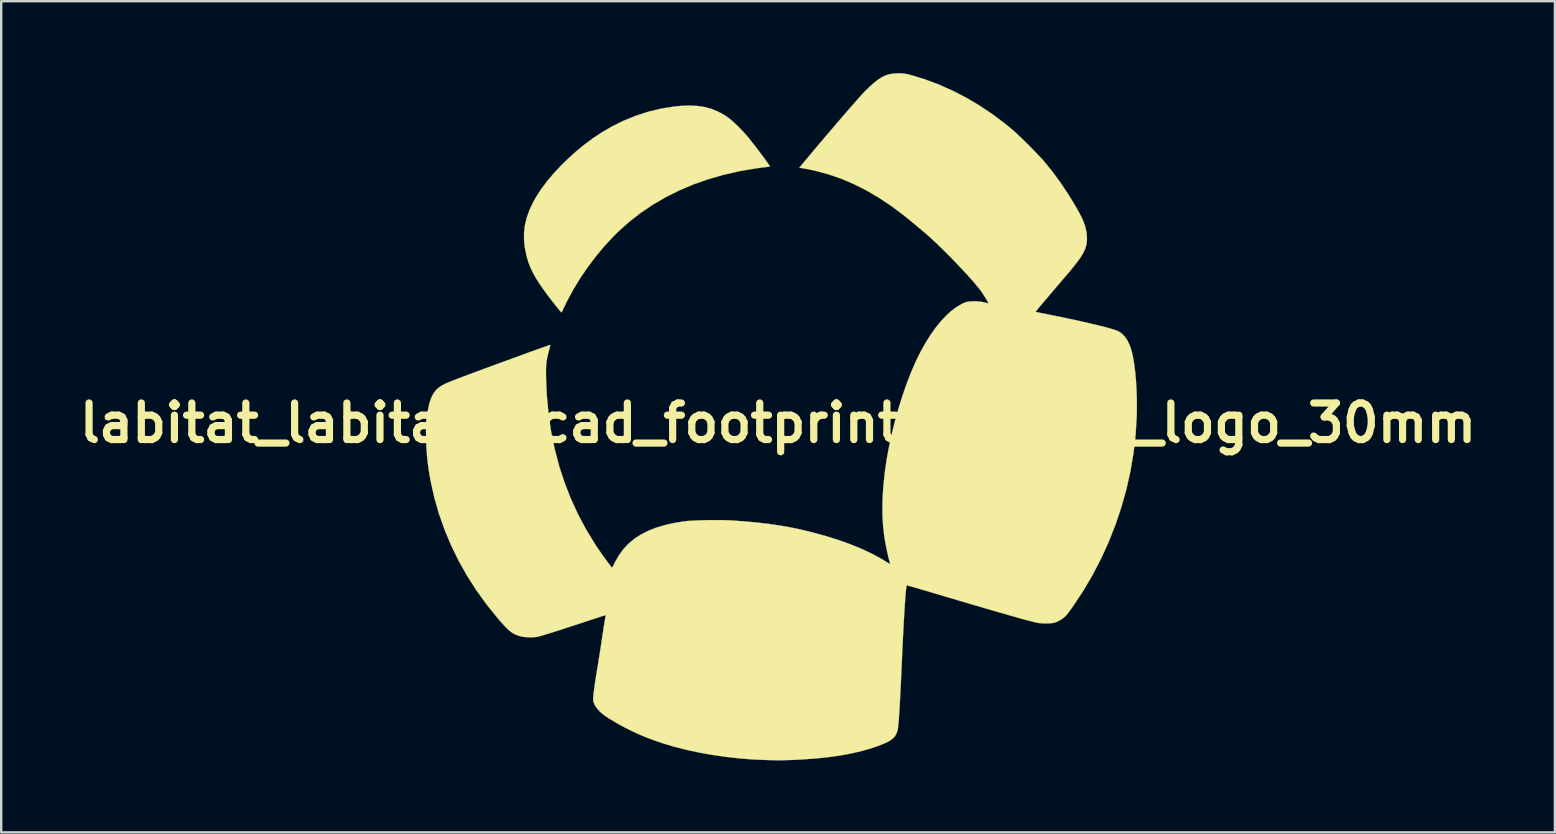
<source format=kicad_pcb>
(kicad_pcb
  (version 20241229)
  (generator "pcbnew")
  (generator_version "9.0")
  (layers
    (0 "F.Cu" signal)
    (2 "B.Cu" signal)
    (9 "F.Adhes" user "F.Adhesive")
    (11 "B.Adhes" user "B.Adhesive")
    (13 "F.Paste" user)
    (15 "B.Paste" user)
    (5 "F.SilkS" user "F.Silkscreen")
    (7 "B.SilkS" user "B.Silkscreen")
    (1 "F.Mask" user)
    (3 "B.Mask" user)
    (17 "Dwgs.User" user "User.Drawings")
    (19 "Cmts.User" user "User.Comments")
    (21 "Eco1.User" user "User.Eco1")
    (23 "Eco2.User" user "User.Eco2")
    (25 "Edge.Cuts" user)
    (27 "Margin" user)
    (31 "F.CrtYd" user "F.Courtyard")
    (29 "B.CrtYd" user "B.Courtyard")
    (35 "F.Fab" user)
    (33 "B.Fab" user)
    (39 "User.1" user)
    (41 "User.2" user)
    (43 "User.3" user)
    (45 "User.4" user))
  (footprint "labitat_labitat_kicad_footprints_labitat_logo_30mm"
    (layer "F.Cu")
    (at 29.362 14.572)
    (property "Reference" "labitat_labitat_kicad_footprints_labitat_logo_30mm" (at 0 0 0) (layer "F.SilkS") (effects (font (size 1.524 1.524) (thickness 0.3))))
    (attr through_hole)
    (fp_poly (pts (xy -3.367 -13.209) (xy -3.07 -13.165) (xy -2.79 -13.09) (xy -2.523 -12.984) (xy -2.261 -12.844) (xy -2.146 -12.772) (xy -2.043 -12.697) (xy -1.921 -12.595) (xy -1.786 -12.472) (xy -1.645 -12.336) (xy -1.504 -12.193) (xy -1.371 -12.049) (xy -1.252 -11.911) (xy -1.215 -11.866) (xy -1.092 -11.71) (xy -0.969 -11.553) (xy -0.851 -11.399) (xy -0.739 -11.251) (xy -0.635 -11.113) (xy -0.543 -10.988) (xy -0.466 -10.88) (xy -0.405 -10.792) (xy -0.364 -10.729) (xy -0.346 -10.693) (xy -0.345 -10.687) (xy -0.378 -10.678) (xy -0.44 -10.669) (xy -0.517 -10.66) (xy -0.519 -10.66) (xy -0.625 -10.648) (xy -0.763 -10.629) (xy -0.922 -10.606) (xy -1.094 -10.579) (xy -1.268 -10.551) (xy -1.434 -10.522) (xy -1.582 -10.495) (xy -1.63 -10.486) (xy -2.289 -10.335) (xy -2.925 -10.151) (xy -3.538 -9.935) (xy -4.125 -9.685) (xy -4.688 -9.404) (xy -5.224 -9.091) (xy -5.732 -8.747) (xy -6.213 -8.373) (xy -6.664 -7.968) (xy -6.869 -7.764) (xy -7.237 -7.366) (xy -7.591 -6.94) (xy -7.927 -6.495) (xy -8.239 -6.036) (xy -8.523 -5.572) (xy -8.775 -5.108) (xy -8.912 -4.826) (xy -8.951 -4.741) (xy -8.985 -4.67) (xy -9.009 -4.623) (xy -9.018 -4.608) (xy -9.034 -4.62) (xy -9.072 -4.661) (xy -9.129 -4.727) (xy -9.201 -4.815) (xy -9.286 -4.92) (xy -9.378 -5.038) (xy -9.384 -5.046) (xy -9.591 -5.315) (xy -9.77 -5.559) (xy -9.924 -5.782) (xy -10.055 -5.986) (xy -10.167 -6.177) (xy -10.26 -6.36) (xy -10.339 -6.537) (xy -10.404 -6.713) (xy -10.459 -6.892) (xy -10.476 -6.959) (xy -10.547 -7.296) (xy -10.582 -7.62) (xy -10.581 -7.935) (xy -10.543 -8.246) (xy -10.468 -8.556) (xy -10.356 -8.87) (xy -10.204 -9.191) (xy -10.07 -9.43) (xy -9.871 -9.738) (xy -9.636 -10.053) (xy -9.369 -10.371) (xy -9.077 -10.688) (xy -8.762 -10.998) (xy -8.431 -11.297) (xy -8.088 -11.581) (xy -7.737 -11.844) (xy -7.387 -12.079) (xy -6.914 -12.356) (xy -6.424 -12.597) (xy -5.922 -12.801) (xy -5.41 -12.966) (xy -4.892 -13.093) (xy -4.37 -13.178) (xy -4.031 -13.212) (xy -3.685 -13.225) (xy -3.367 -13.209)) (stroke (width 0.01) (type solid)) (fill yes) (layer "F.SilkS"))
    (fp_poly (pts (xy 5.134 -14.566) (xy 5.231 -14.559) (xy 5.324 -14.546) (xy 5.429 -14.522) (xy 5.514 -14.5) (xy 6.098 -14.324) (xy 6.68 -14.108) (xy 7.256 -13.852) (xy 7.825 -13.56) (xy 8.381 -13.232) (xy 8.923 -12.871) (xy 9.446 -12.479) (xy 9.768 -12.212) (xy 9.884 -12.11) (xy 10.021 -11.983) (xy 10.173 -11.837) (xy 10.335 -11.679) (xy 10.499 -11.516) (xy 10.66 -11.352) (xy 10.811 -11.195) (xy 10.946 -11.051) (xy 11.059 -10.927) (xy 11.1 -10.88) (xy 11.452 -10.444) (xy 11.795 -9.973) (xy 12.127 -9.472) (xy 12.441 -8.949) (xy 12.569 -8.721) (xy 12.7 -8.454) (xy 12.793 -8.201) (xy 12.849 -7.959) (xy 12.869 -7.726) (xy 12.869 -7.714) (xy 12.865 -7.591) (xy 12.852 -7.474) (xy 12.828 -7.361) (xy 12.79 -7.246) (xy 12.737 -7.128) (xy 12.667 -7.001) (xy 12.577 -6.863) (xy 12.465 -6.709) (xy 12.33 -6.536) (xy 12.169 -6.339) (xy 11.996 -6.134) (xy 11.773 -5.874) (xy 11.576 -5.643) (xy 11.405 -5.442) (xy 11.256 -5.267) (xy 11.13 -5.118) (xy 11.023 -4.992) (xy 10.936 -4.888) (xy 10.867 -4.805) (xy 10.814 -4.739) (xy 10.775 -4.691) (xy 10.75 -4.658) (xy 10.736 -4.638) (xy 10.734 -4.63) (xy 10.734 -4.629) (xy 10.756 -4.624) (xy 10.814 -4.612) (xy 10.905 -4.593) (xy 11.022 -4.569) (xy 11.16 -4.541) (xy 11.316 -4.51) (xy 11.419 -4.489) (xy 11.745 -4.423) (xy 12.063 -4.357) (xy 12.37 -4.291) (xy 12.664 -4.226) (xy 12.941 -4.163) (xy 13.199 -4.102) (xy 13.433 -4.045) (xy 13.642 -3.991) (xy 13.822 -3.942) (xy 13.971 -3.898) (xy 14.084 -3.861) (xy 14.159 -3.831) (xy 14.168 -3.826) (xy 14.316 -3.729) (xy 14.443 -3.603) (xy 14.552 -3.444) (xy 14.645 -3.251) (xy 14.698 -3.105) (xy 14.753 -2.91) (xy 14.801 -2.678) (xy 14.843 -2.414) (xy 14.879 -2.122) (xy 14.908 -1.808) (xy 14.929 -1.475) (xy 14.943 -1.13) (xy 14.948 -0.776) (xy 14.945 -0.418) (xy 14.941 -0.265) (xy 14.896 0.492) (xy 14.809 1.248) (xy 14.682 2) (xy 14.515 2.748) (xy 14.309 3.487) (xy 14.065 4.215) (xy 13.785 4.929) (xy 13.468 5.628) (xy 13.116 6.308) (xy 12.73 6.967) (xy 12.31 7.602) (xy 12.233 7.711) (xy 12.145 7.833) (xy 12.076 7.925) (xy 12.02 7.995) (xy 11.971 8.048) (xy 11.924 8.092) (xy 11.873 8.131) (xy 11.831 8.161) (xy 11.711 8.236) (xy 11.602 8.289) (xy 11.49 8.323) (xy 11.365 8.342) (xy 11.214 8.349) (xy 11.155 8.349) (xy 11.016 8.346) (xy 10.902 8.337) (xy 10.793 8.32) (xy 10.672 8.294) (xy 10.662 8.291) (xy 10.514 8.253) (xy 10.326 8.203) (xy 10.1 8.141) (xy 9.838 8.067) (xy 9.542 7.983) (xy 9.212 7.888) (xy 8.849 7.783) (xy 8.457 7.669) (xy 8.035 7.545) (xy 7.585 7.412) (xy 7.108 7.271) (xy 6.607 7.122) (xy 6.426 7.068) (xy 6.223 7.008) (xy 6.032 6.951) (xy 5.858 6.9) (xy 5.703 6.856) (xy 5.573 6.818) (xy 5.47 6.79) (xy 5.399 6.77) (xy 5.363 6.762) (xy 5.36 6.762) (xy 5.351 6.791) (xy 5.34 6.86) (xy 5.328 6.966) (xy 5.315 7.108) (xy 5.301 7.282) (xy 5.287 7.487) (xy 5.271 7.72) (xy 5.255 7.979) (xy 5.239 8.261) (xy 5.223 8.563) (xy 5.206 8.885) (xy 5.189 9.222) (xy 5.173 9.573) (xy 5.165 9.768) (xy 5.145 10.222) (xy 5.126 10.635) (xy 5.108 11.008) (xy 5.091 11.343) (xy 5.075 11.64) (xy 5.06 11.901) (xy 5.046 12.127) (xy 5.033 12.319) (xy 5.02 12.479) (xy 5.008 12.607) (xy 4.996 12.706) (xy 4.985 12.776) (xy 4.982 12.79) (xy 4.943 12.917) (xy 4.886 13.025) (xy 4.806 13.121) (xy 4.699 13.208) (xy 4.561 13.289) (xy 4.386 13.369) (xy 4.318 13.396) (xy 3.931 13.535) (xy 3.517 13.656) (xy 3.074 13.761) (xy 2.6 13.849) (xy 2.093 13.921) (xy 1.551 13.977) (xy 0.973 14.017) (xy 0.646 14.033) (xy 0.49 14.039) (xy 0.338 14.044) (xy 0.2 14.047) (xy 0.082 14.05) (xy -0.006 14.05) (xy -0.042 14.05) (xy -0.132 14.048) (xy -0.247 14.045) (xy -0.37 14.042) (xy -0.445 14.04) (xy -1.009 14.018) (xy -1.581 13.974) (xy -2.156 13.91) (xy -2.725 13.828) (xy -3.284 13.729) (xy -3.825 13.612) (xy -4.342 13.481) (xy -4.828 13.335) (xy -5.091 13.246) (xy -5.444 13.114) (xy -5.772 12.979) (xy -6.086 12.835) (xy -6.398 12.678) (xy -6.717 12.502) (xy -7.055 12.301) (xy -7.059 12.298) (xy -7.248 12.171) (xy -7.407 12.037) (xy -7.535 11.9) (xy -7.629 11.763) (xy -7.686 11.629) (xy -7.705 11.507) (xy -7.701 11.441) (xy -7.691 11.339) (xy -7.676 11.208) (xy -7.656 11.055) (xy -7.633 10.884) (xy -7.606 10.704) (xy -7.578 10.52) (xy -7.548 10.338) (xy -7.535 10.26) (xy -7.509 10.11) (xy -7.48 9.929) (xy -7.448 9.727) (xy -7.414 9.515) (xy -7.382 9.302) (xy -7.352 9.101) (xy -7.345 9.059) (xy -7.319 8.882) (xy -7.293 8.711) (xy -7.269 8.552) (xy -7.247 8.412) (xy -7.228 8.297) (xy -7.214 8.214) (xy -7.209 8.182) (xy -7.194 8.104) (xy -7.185 8.043) (xy -7.182 8.011) (xy -7.182 8.008) (xy -7.185 8.007) (xy -7.193 8.008) (xy -7.208 8.012) (xy -7.233 8.019) (xy -7.27 8.03) (xy -7.323 8.047) (xy -7.394 8.069) (xy -7.485 8.099) (xy -7.599 8.136) (xy -7.739 8.181) (xy -7.908 8.237) (xy -8.107 8.302) (xy -8.341 8.379) (xy -8.611 8.467) (xy -8.745 8.511) (xy -8.957 8.581) (xy -9.163 8.647) (xy -9.356 8.708) (xy -9.534 8.764) (xy -9.692 8.812) (xy -9.824 8.852) (xy -9.928 8.882) (xy -9.997 8.9) (xy -10.015 8.904) (xy -10.155 8.922) (xy -10.313 8.928) (xy -10.475 8.923) (xy -10.624 8.907) (xy -10.748 8.88) (xy -10.753 8.879) (xy -10.859 8.843) (xy -10.954 8.804) (xy -11.042 8.758) (xy -11.128 8.7) (xy -11.217 8.628) (xy -11.313 8.536) (xy -11.422 8.422) (xy -11.547 8.282) (xy -11.671 8.139) (xy -12.135 7.566) (xy -12.562 6.975) (xy -12.951 6.367) (xy -13.303 5.744) (xy -13.615 5.106) (xy -13.889 4.454) (xy -14.123 3.79) (xy -14.317 3.115) (xy -14.47 2.43) (xy -14.519 2.155) (xy -14.566 1.856) (xy -14.602 1.575) (xy -14.629 1.298) (xy -14.648 1.013) (xy -14.66 0.705) (xy -14.663 0.572) (xy -14.666 0.395) (xy -14.667 0.252) (xy -14.667 0.136) (xy -14.664 0.038) (xy -14.658 -0.049) (xy -14.65 -0.134) (xy -14.638 -0.224) (xy -14.628 -0.293) (xy -14.583 -0.553) (xy -14.535 -0.776) (xy -14.479 -0.965) (xy -14.414 -1.125) (xy -14.337 -1.259) (xy -14.245 -1.374) (xy -14.137 -1.473) (xy -14.009 -1.559) (xy -13.88 -1.629) (xy -13.821 -1.656) (xy -13.734 -1.693) (xy -13.616 -1.74) (xy -13.469 -1.798) (xy -13.29 -1.867) (xy -13.078 -1.947) (xy -12.833 -2.039) (xy -12.555 -2.143) (xy -12.241 -2.259) (xy -11.891 -2.388) (xy -11.505 -2.529) (xy -11.08 -2.684) (xy -10.618 -2.853) (xy -10.395 -2.934) (xy -10.21 -3.001) (xy -10.038 -3.063) (xy -9.882 -3.119) (xy -9.747 -3.167) (xy -9.636 -3.206) (xy -9.553 -3.234) (xy -9.504 -3.25) (xy -9.49 -3.253) (xy -9.492 -3.231) (xy -9.504 -3.176) (xy -9.524 -3.095) (xy -9.55 -2.998) (xy -9.555 -2.978) (xy -9.587 -2.851) (xy -9.617 -2.713) (xy -9.64 -2.582) (xy -9.653 -2.493) (xy -9.662 -2.369) (xy -9.667 -2.209) (xy -9.666 -2.015) (xy -9.662 -1.793) (xy -9.653 -1.548) (xy -9.639 -1.285) (xy -9.629 -1.122) (xy -9.56 -0.371) (xy -9.452 0.365) (xy -9.304 1.086) (xy -9.118 1.792) (xy -8.893 2.482) (xy -8.63 3.155) (xy -8.328 3.81) (xy -7.988 4.447) (xy -7.611 5.066) (xy -7.567 5.133) (xy -7.5 5.232) (xy -7.424 5.342) (xy -7.343 5.458) (xy -7.259 5.576) (xy -7.176 5.69) (xy -7.099 5.795) (xy -7.03 5.886) (xy -6.974 5.959) (xy -6.934 6.009) (xy -6.913 6.029) (xy -6.911 6.029) (xy -6.9 6.009) (xy -6.873 5.958) (xy -6.835 5.883) (xy -6.79 5.794) (xy -6.785 5.785) (xy -6.627 5.508) (xy -6.443 5.256) (xy -6.232 5.03) (xy -5.993 4.829) (xy -5.723 4.651) (xy -5.423 4.497) (xy -5.09 4.364) (xy -4.723 4.254) (xy -4.321 4.163) (xy -3.895 4.095) (xy -3.773 4.082) (xy -3.617 4.071) (xy -3.432 4.062) (xy -3.227 4.054) (xy -3.009 4.049) (xy -2.784 4.046) (xy -2.56 4.045) (xy -2.344 4.047) (xy -2.144 4.051) (xy -1.966 4.058) (xy -1.904 4.062) (xy -1.361 4.101) (xy -0.853 4.148) (xy -0.372 4.205) (xy 0.087 4.272) (xy 0.531 4.351) (xy 0.969 4.443) (xy 1.383 4.543) (xy 1.965 4.701) (xy 2.511 4.872) (xy 3.021 5.054) (xy 3.493 5.247) (xy 3.926 5.451) (xy 4.32 5.666) (xy 4.508 5.781) (xy 4.579 5.825) (xy 4.634 5.859) (xy 4.666 5.876) (xy 4.671 5.877) (xy 4.667 5.856) (xy 4.655 5.804) (xy 4.635 5.73) (xy 4.624 5.692) (xy 4.588 5.553) (xy 4.55 5.385) (xy 4.511 5.199) (xy 4.475 5.009) (xy 4.443 4.825) (xy 4.419 4.662) (xy 4.415 4.636) (xy 4.375 4.259) (xy 4.353 3.878) (xy 4.347 3.486) (xy 4.359 3.077) (xy 4.387 2.644) (xy 4.434 2.181) (xy 4.447 2.064) (xy 4.519 1.556) (xy 4.614 1.029) (xy 4.729 0.489) (xy 4.864 -0.054) (xy 5.014 -0.594) (xy 5.179 -1.123) (xy 5.356 -1.632) (xy 5.543 -2.115) (xy 5.732 -2.551) (xy 5.922 -2.939) (xy 6.122 -3.302) (xy 6.331 -3.638) (xy 6.546 -3.945) (xy 6.767 -4.22) (xy 6.992 -4.462) (xy 7.219 -4.669) (xy 7.446 -4.839) (xy 7.672 -4.97) (xy 7.788 -5.021) (xy 7.89 -5.049) (xy 8.022 -5.066) (xy 8.171 -5.071) (xy 8.326 -5.066) (xy 8.475 -5.049) (xy 8.599 -5.023) (xy 8.675 -5.004) (xy 8.732 -4.993) (xy 8.761 -4.992) (xy 8.763 -4.993) (xy 8.752 -5.022) (xy 8.722 -5.078) (xy 8.677 -5.154) (xy 8.623 -5.242) (xy 8.564 -5.335) (xy 8.505 -5.425) (xy 8.45 -5.504) (xy 8.417 -5.55) (xy 8.308 -5.687) (xy 8.172 -5.848) (xy 8.014 -6.028) (xy 7.836 -6.225) (xy 7.644 -6.431) (xy 7.441 -6.645) (xy 7.232 -6.861) (xy 7.021 -7.074) (xy 6.812 -7.281) (xy 6.609 -7.478) (xy 6.416 -7.658) (xy 6.304 -7.761) (xy 6.226 -7.83) (xy 6.123 -7.919) (xy 6 -8.023) (xy 5.864 -8.138) (xy 5.723 -8.256) (xy 5.582 -8.373) (xy 5.448 -8.482) (xy 5.329 -8.579) (xy 5.231 -8.657) (xy 5.228 -8.66) (xy 4.711 -9.046) (xy 4.193 -9.39) (xy 3.673 -9.694) (xy 3.15 -9.956) (xy 2.623 -10.18) (xy 2.09 -10.363) (xy 1.549 -10.509) (xy 1.158 -10.589) (xy 0.888 -10.638) (xy 1.02 -10.796) (xy 1.27 -11.095) (xy 1.518 -11.391) (xy 1.762 -11.68) (xy 2 -11.962) (xy 2.231 -12.232) (xy 2.451 -12.49) (xy 2.66 -12.733) (xy 2.855 -12.959) (xy 3.035 -13.166) (xy 3.197 -13.351) (xy 3.34 -13.513) (xy 3.462 -13.649) (xy 3.561 -13.756) (xy 3.636 -13.834) (xy 3.642 -13.84) (xy 3.83 -14.022) (xy 3.999 -14.173) (xy 4.153 -14.295) (xy 4.297 -14.391) (xy 4.438 -14.463) (xy 4.579 -14.513) (xy 4.725 -14.546) (xy 4.883 -14.563) (xy 5.016 -14.567) (xy 5.134 -14.566)) (stroke (width 0.01) (type solid)) (fill yes) (layer "F.SilkS")))
  (gr_rect
    (start -3 -3)
    (end 61.725 31.627)
    (stroke (width 0.1) (type default))
    (fill no)
    (layer "Edge.Cuts")))
</source>
